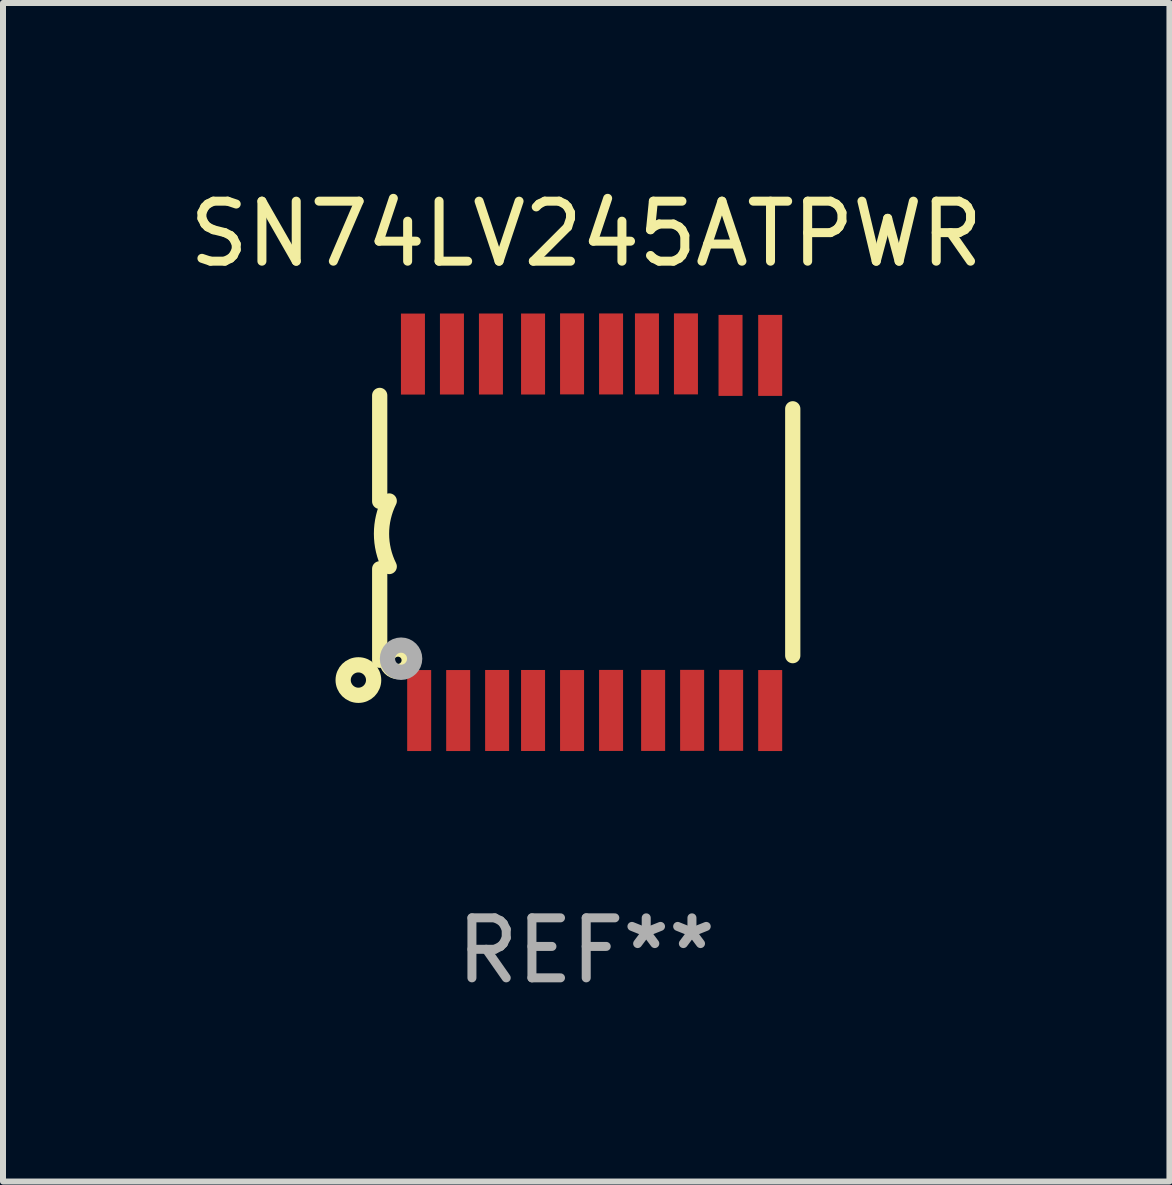
<source format=kicad_pcb>
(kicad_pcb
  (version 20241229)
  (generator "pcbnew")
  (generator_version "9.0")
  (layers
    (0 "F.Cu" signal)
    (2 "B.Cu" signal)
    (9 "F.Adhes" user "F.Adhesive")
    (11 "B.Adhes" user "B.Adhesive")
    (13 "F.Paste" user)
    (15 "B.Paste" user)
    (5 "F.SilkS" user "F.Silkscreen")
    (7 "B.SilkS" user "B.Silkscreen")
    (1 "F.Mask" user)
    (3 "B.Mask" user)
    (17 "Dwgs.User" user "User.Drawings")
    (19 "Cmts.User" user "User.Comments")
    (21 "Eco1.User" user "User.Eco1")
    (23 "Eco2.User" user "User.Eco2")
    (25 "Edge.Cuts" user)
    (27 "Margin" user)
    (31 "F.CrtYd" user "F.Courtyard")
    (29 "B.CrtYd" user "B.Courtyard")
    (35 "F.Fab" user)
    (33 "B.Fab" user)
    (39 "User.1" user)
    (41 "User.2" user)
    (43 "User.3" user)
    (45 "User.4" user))
  (footprint "SN74LV245ATPWR"
    (layer "F.Cu")
    (at 6.72 5.82)
    (property "Reference" "SN74LV245ATPWR" (at 0 -4.972 0) (layer "F.SilkS") (effects (font (size 1 1) (thickness 0.15))))
    (attr through_hole)
    (fp_line (start -3.442 -0.514) (end -3.442 -2.28) (stroke (width 0.254) (type solid)) (layer "F.SilkS"))
    (fp_line (start -3.442 0.61) (end -3.442 2.134) (stroke (width 0.254) (type solid)) (layer "F.SilkS"))
    (fp_line (start 3.442 -2.057) (end 3.442 2.057) (stroke (width 0.254) (type solid)) (layer "F.SilkS"))
    (fp_arc (start -3.282957 0.571502) (mid -3.411874 0.0254) (end -3.282957 -0.520701) (stroke (width 0.254001) (type solid)) (layer "F.SilkS"))
    (fp_circle (center -3.797 2.464) (end -3.543 2.464) (stroke (width 0.254) (type solid)) (fill no) (layer "F.SilkS"))
    (fp_circle (center -3.137 2.134) (end -3.077 2.134) (stroke (width 0.254) (type solid)) (fill no) (layer "F.SilkS"))
    (fp_circle (center -3.086 2.108) (end -2.986 2.108) (stroke (width 0.254) (type solid)) (fill no) (layer "F.Fab"))
    (fp_text user "REF**" (at 0 6.972 0) (layer "F.Fab") (effects (font (size 1 1) (thickness 0.15))))
    (pad "1" smd rect (at -2.784 2.972 90) (size 1.35 0.4) (layers "F.Cu" "F.Mask" "F.Paste"))
    (pad "2" smd rect (at -2.134 2.972 270) (size 1.35 0.4) (layers "F.Cu" "F.Mask" "F.Paste"))
    (pad "3" smd rect (at -1.485 2.971 270) (size 1.35 0.4) (layers "F.Cu" "F.Mask" "F.Paste"))
    (pad "4" smd rect (at -0.886 2.971 270) (size 1.35 0.4) (layers "F.Cu" "F.Mask" "F.Paste"))
    (pad "5" smd rect (at -0.236 2.972 270) (size 1.35 0.4) (layers "F.Cu" "F.Mask" "F.Paste"))
    (pad "6" smd rect (at 0.414 2.97 270) (size 1.35 0.4) (layers "F.Cu" "F.Mask" "F.Paste"))
    (pad "7" smd rect (at 1.115 2.97 270) (size 1.35 0.4) (layers "F.Cu" "F.Mask" "F.Paste"))
    (pad "8" smd rect (at 1.765 2.969 270) (size 1.35 0.4) (layers "F.Cu" "F.Mask" "F.Paste"))
    (pad "9" smd rect (at 2.415 2.969 270) (size 1.35 0.4) (layers "F.Cu" "F.Mask" "F.Paste"))
    (pad "10" smd rect (at 3.066 2.972 270) (size 1.35 0.4) (layers "F.Cu" "F.Mask" "F.Paste"))
    (pad "11" smd rect (at 3.066 -2.947 270) (size 1.35 0.4) (layers "F.Cu" "F.Mask" "F.Paste"))
    (pad "12" smd rect (at 2.405 -2.947 270) (size 1.35 0.4) (layers "F.Cu" "F.Mask" "F.Paste"))
    (pad "13" smd rect (at 1.662 -2.972 90) (size 1.35 0.4) (layers "F.Cu" "F.Mask" "F.Paste"))
    (pad "14" smd rect (at 1.012 -2.972 90) (size 1.35 0.4) (layers "F.Cu" "F.Mask" "F.Paste"))
    (pad "15" smd rect (at 0.414 -2.971 90) (size 1.35 0.4) (layers "F.Cu" "F.Mask" "F.Paste"))
    (pad "16" smd rect (at -0.236 -2.972 90) (size 1.35 0.4) (layers "F.Cu" "F.Mask" "F.Paste"))
    (pad "17" smd rect (at -0.886 -2.97 90) (size 1.35 0.4) (layers "F.Cu" "F.Mask" "F.Paste"))
    (pad "18" smd rect (at -1.588 -2.97 90) (size 1.35 0.4) (layers "F.Cu" "F.Mask" "F.Paste"))
    (pad "19" smd rect (at -2.238 -2.97 90) (size 1.35 0.4) (layers "F.Cu" "F.Mask" "F.Paste"))
    (pad "20" smd rect (at -2.888 -2.969 90) (size 1.35 0.4) (layers "F.Cu" "F.Mask" "F.Paste")))
  (gr_rect
    (start -3 -3)
    (end 16.44 16.641)
    (stroke (width 0.1) (type default))
    (fill no)
    (layer "Edge.Cuts")))
</source>
